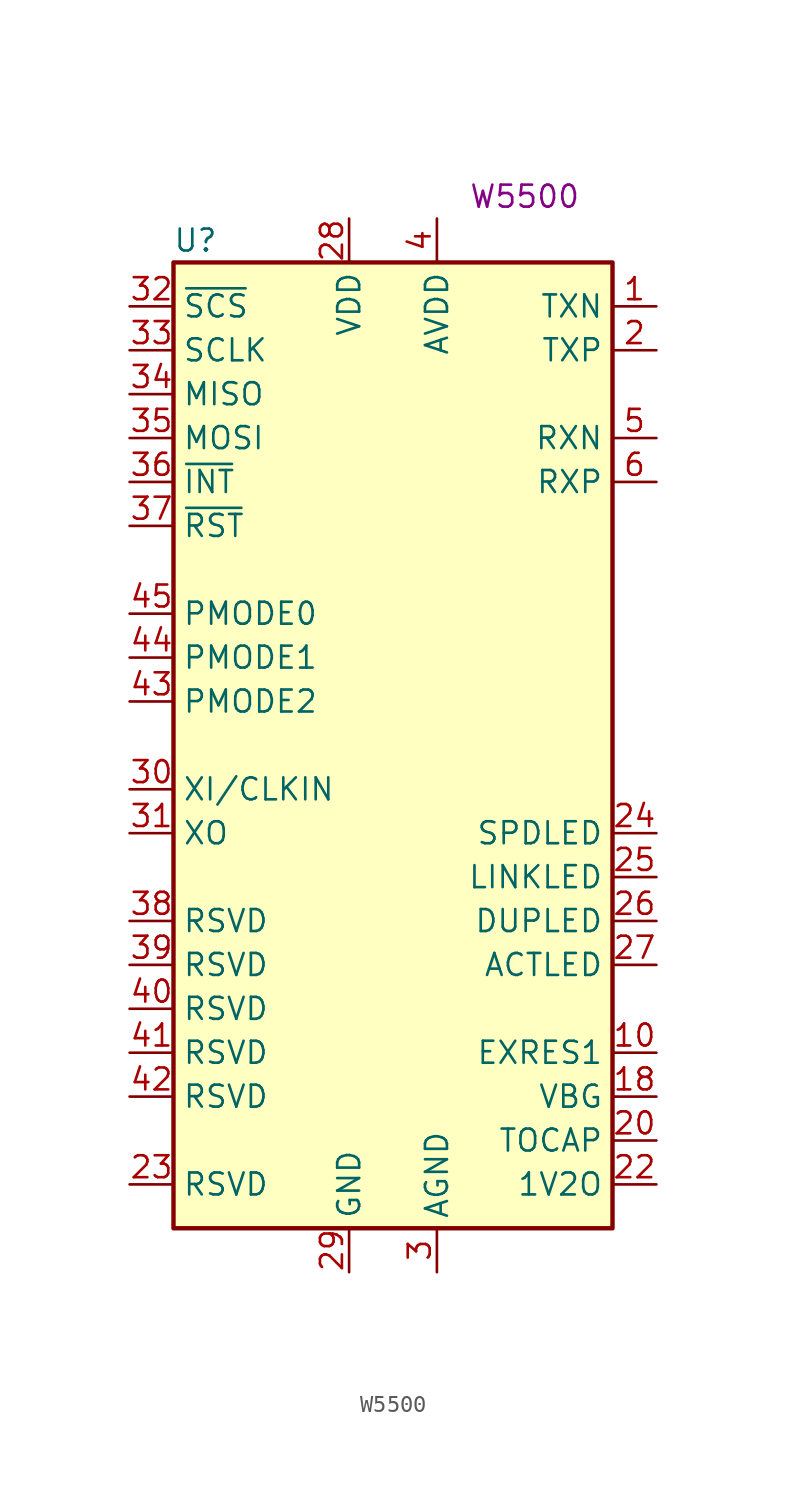
<source format=kicad_sym>
(kicad_symbol_lib
  (version 20231120)
  (generator "kicad_symbol_editor")
  (generator_version "8.0")
  (symbol "W5500"
    (property "Reference" "U"
      (at -11.43 29.21 0)
      (effects (font (size 1.27 1.27))))
    (property "UserValue" "W5500"
      (at 7.62 31.75 0)
      (effects (font (size 1.27 1.27))))
    (symbol "W5500_0_1"
      (rectangle (start -12.7 27.94) (end 12.7 -27.94) (stroke (width 0.254) (type default)) (fill (type background))))
    (symbol "W5500_1_1"
      (pin output line (at 15.24 25.4 180) (length 2.54) (name "TXN" (effects (font (size 1.27 1.27)))) (number "1" (effects (font (size 1.27 1.27)))))
      (pin passive line (at 15.24 -17.78 180) (length 2.54) (name "EXRES1" (effects (font (size 1.27 1.27)))) (number "10" (effects (font (size 1.27 1.27)))))
      (pin passive line (at 2.54 30.48 270) (length 2.54) hide (name "AVDD" (effects (font (size 1.27 1.27)))) (number "11" (effects (font (size 1.27 1.27)))))
      (pin no_connect line (at 12.7 7.62 180) (length 2.54) hide (name "NC" (effects (font (size 1.27 1.27)))) (number "12" (effects (font (size 1.27 1.27)))))
      (pin no_connect line (at 12.7 5.08 180) (length 2.54) hide (name "NC" (effects (font (size 1.27 1.27)))) (number "13" (effects (font (size 1.27 1.27)))))
      (pin passive line (at 2.54 -30.48 90) (length 2.54) hide (name "AGND" (effects (font (size 1.27 1.27)))) (number "14" (effects (font (size 1.27 1.27)))))
      (pin passive line (at 2.54 30.48 270) (length 2.54) hide (name "AVDD" (effects (font (size 1.27 1.27)))) (number "15" (effects (font (size 1.27 1.27)))))
      (pin passive line (at 2.54 -30.48 90) (length 2.54) hide (name "AGND" (effects (font (size 1.27 1.27)))) (number "16" (effects (font (size 1.27 1.27)))))
      (pin passive line (at 2.54 30.48 270) (length 2.54) hide (name "AVDD" (effects (font (size 1.27 1.27)))) (number "17" (effects (font (size 1.27 1.27)))))
      (pin passive line (at 15.24 -20.32 180) (length 2.54) (name "VBG" (effects (font (size 1.27 1.27)))) (number "18" (effects (font (size 1.27 1.27)))))
      (pin passive line (at 2.54 -30.48 90) (length 2.54) hide (name "AGND" (effects (font (size 1.27 1.27)))) (number "19" (effects (font (size 1.27 1.27)))))
      (pin output line (at 15.24 22.86 180) (length 2.54) (name "TXP" (effects (font (size 1.27 1.27)))) (number "2" (effects (font (size 1.27 1.27)))))
      (pin passive line (at 15.24 -22.86 180) (length 2.54) (name "TOCAP" (effects (font (size 1.27 1.27)))) (number "20" (effects (font (size 1.27 1.27)))))
      (pin passive line (at 2.54 30.48 270) (length 2.54) hide (name "AVDD" (effects (font (size 1.27 1.27)))) (number "21" (effects (font (size 1.27 1.27)))))
      (pin output line (at 15.24 -25.4 180) (length 2.54) (name "1V2O" (effects (font (size 1.27 1.27)))) (number "22" (effects (font (size 1.27 1.27)))))
      (pin input line (at -15.24 -25.4 0) (length 2.54) (name "RSVD" (effects (font (size 1.27 1.27)))) (number "23" (effects (font (size 1.27 1.27)))))
      (pin output line (at 15.24 -5.08 180) (length 2.54) (name "SPDLED" (effects (font (size 1.27 1.27)))) (number "24" (effects (font (size 1.27 1.27)))))
      (pin output line (at 15.24 -7.62 180) (length 2.54) (name "LINKLED" (effects (font (size 1.27 1.27)))) (number "25" (effects (font (size 1.27 1.27)))))
      (pin output line (at 15.24 -10.16 180) (length 2.54) (name "DUPLED" (effects (font (size 1.27 1.27)))) (number "26" (effects (font (size 1.27 1.27)))))
      (pin output line (at 15.24 -12.7 180) (length 2.54) (name "ACTLED" (effects (font (size 1.27 1.27)))) (number "27" (effects (font (size 1.27 1.27)))))
      (pin power_in line (at -2.54 30.48 270) (length 2.54) (name "VDD" (effects (font (size 1.27 1.27)))) (number "28" (effects (font (size 1.27 1.27)))))
      (pin power_in line (at -2.54 -30.48 90) (length 2.54) (name "GND" (effects (font (size 1.27 1.27)))) (number "29" (effects (font (size 1.27 1.27)))))
      (pin power_in line (at 2.54 -30.48 90) (length 2.54) (name "AGND" (effects (font (size 1.27 1.27)))) (number "3" (effects (font (size 1.27 1.27)))))
      (pin input line (at -15.24 -2.54 0) (length 2.54) (name "XI/CLKIN" (effects (font (size 1.27 1.27)))) (number "30" (effects (font (size 1.27 1.27)))))
      (pin output line (at -15.24 -5.08 0) (length 2.54) (name "XO" (effects (font (size 1.27 1.27)))) (number "31" (effects (font (size 1.27 1.27)))))
      (pin input line (at -15.24 25.4 0) (length 2.54) (name "~{SCS}" (effects (font (size 1.27 1.27)))) (number "32" (effects (font (size 1.27 1.27)))))
      (pin input line (at -15.24 22.86 0) (length 2.54) (name "SCLK" (effects (font (size 1.27 1.27)))) (number "33" (effects (font (size 1.27 1.27)))))
      (pin output line (at -15.24 20.32 0) (length 2.54) (name "MISO" (effects (font (size 1.27 1.27)))) (number "34" (effects (font (size 1.27 1.27)))))
      (pin input line (at -15.24 17.78 0) (length 2.54) (name "MOSI" (effects (font (size 1.27 1.27)))) (number "35" (effects (font (size 1.27 1.27)))))
      (pin input line (at -15.24 15.24 0) (length 2.54) (name "~{INT}" (effects (font (size 1.27 1.27)))) (number "36" (effects (font (size 1.27 1.27)))))
      (pin input line (at -15.24 12.7 0) (length 2.54) (name "~{RST}" (effects (font (size 1.27 1.27)))) (number "37" (effects (font (size 1.27 1.27)))))
      (pin input line (at -15.24 -10.16 0) (length 2.54) (name "RSVD" (effects (font (size 1.27 1.27)))) (number "38" (effects (font (size 1.27 1.27)))))
      (pin input line (at -15.24 -12.7 0) (length 2.54) (name "RSVD" (effects (font (size 1.27 1.27)))) (number "39" (effects (font (size 1.27 1.27)))))
      (pin power_in line (at 2.54 30.48 270) (length 2.54) (name "AVDD" (effects (font (size 1.27 1.27)))) (number "4" (effects (font (size 1.27 1.27)))))
      (pin input line (at -15.24 -15.24 0) (length 2.54) (name "RSVD" (effects (font (size 1.27 1.27)))) (number "40" (effects (font (size 1.27 1.27)))))
      (pin input line (at -15.24 -17.78 0) (length 2.54) (name "RSVD" (effects (font (size 1.27 1.27)))) (number "41" (effects (font (size 1.27 1.27)))))
      (pin input line (at -15.24 -20.32 0) (length 2.54) (name "RSVD" (effects (font (size 1.27 1.27)))) (number "42" (effects (font (size 1.27 1.27)))))
      (pin input line (at -15.24 2.54 0) (length 2.54) (name "PMODE2" (effects (font (size 1.27 1.27)))) (number "43" (effects (font (size 1.27 1.27)))))
      (pin input line (at -15.24 5.08 0) (length 2.54) (name "PMODE1" (effects (font (size 1.27 1.27)))) (number "44" (effects (font (size 1.27 1.27)))))
      (pin input line (at -15.24 7.62 0) (length 2.54) (name "PMODE0" (effects (font (size 1.27 1.27)))) (number "45" (effects (font (size 1.27 1.27)))))
      (pin no_connect line (at 12.7 2.54 180) (length 2.54) hide (name "NC" (effects (font (size 1.27 1.27)))) (number "46" (effects (font (size 1.27 1.27)))))
      (pin no_connect line (at 12.7 0 180) (length 2.54) hide (name "NC" (effects (font (size 1.27 1.27)))) (number "47" (effects (font (size 1.27 1.27)))))
      (pin passive line (at 2.54 -30.48 90) (length 2.54) hide (name "AGND" (effects (font (size 1.27 1.27)))) (number "48" (effects (font (size 1.27 1.27)))))
      (pin input line (at 15.24 17.78 180) (length 2.54) (name "RXN" (effects (font (size 1.27 1.27)))) (number "5" (effects (font (size 1.27 1.27)))))
      (pin input line (at 15.24 15.24 180) (length 2.54) (name "RXP" (effects (font (size 1.27 1.27)))) (number "6" (effects (font (size 1.27 1.27)))))
      (pin no_connect line (at 12.7 10.16 180) (length 2.54) hide (name "DNC" (effects (font (size 1.27 1.27)))) (number "7" (effects (font (size 1.27 1.27)))))
      (pin passive line (at 2.54 30.48 270) (length 2.54) hide (name "AVDD" (effects (font (size 1.27 1.27)))) (number "8" (effects (font (size 1.27 1.27)))))
      (pin passive line (at 2.54 -30.48 90) (length 2.54) hide (name "AGND" (effects (font (size 1.27 1.27)))) (number "9" (effects (font (size 1.27 1.27))))))))
</source>
